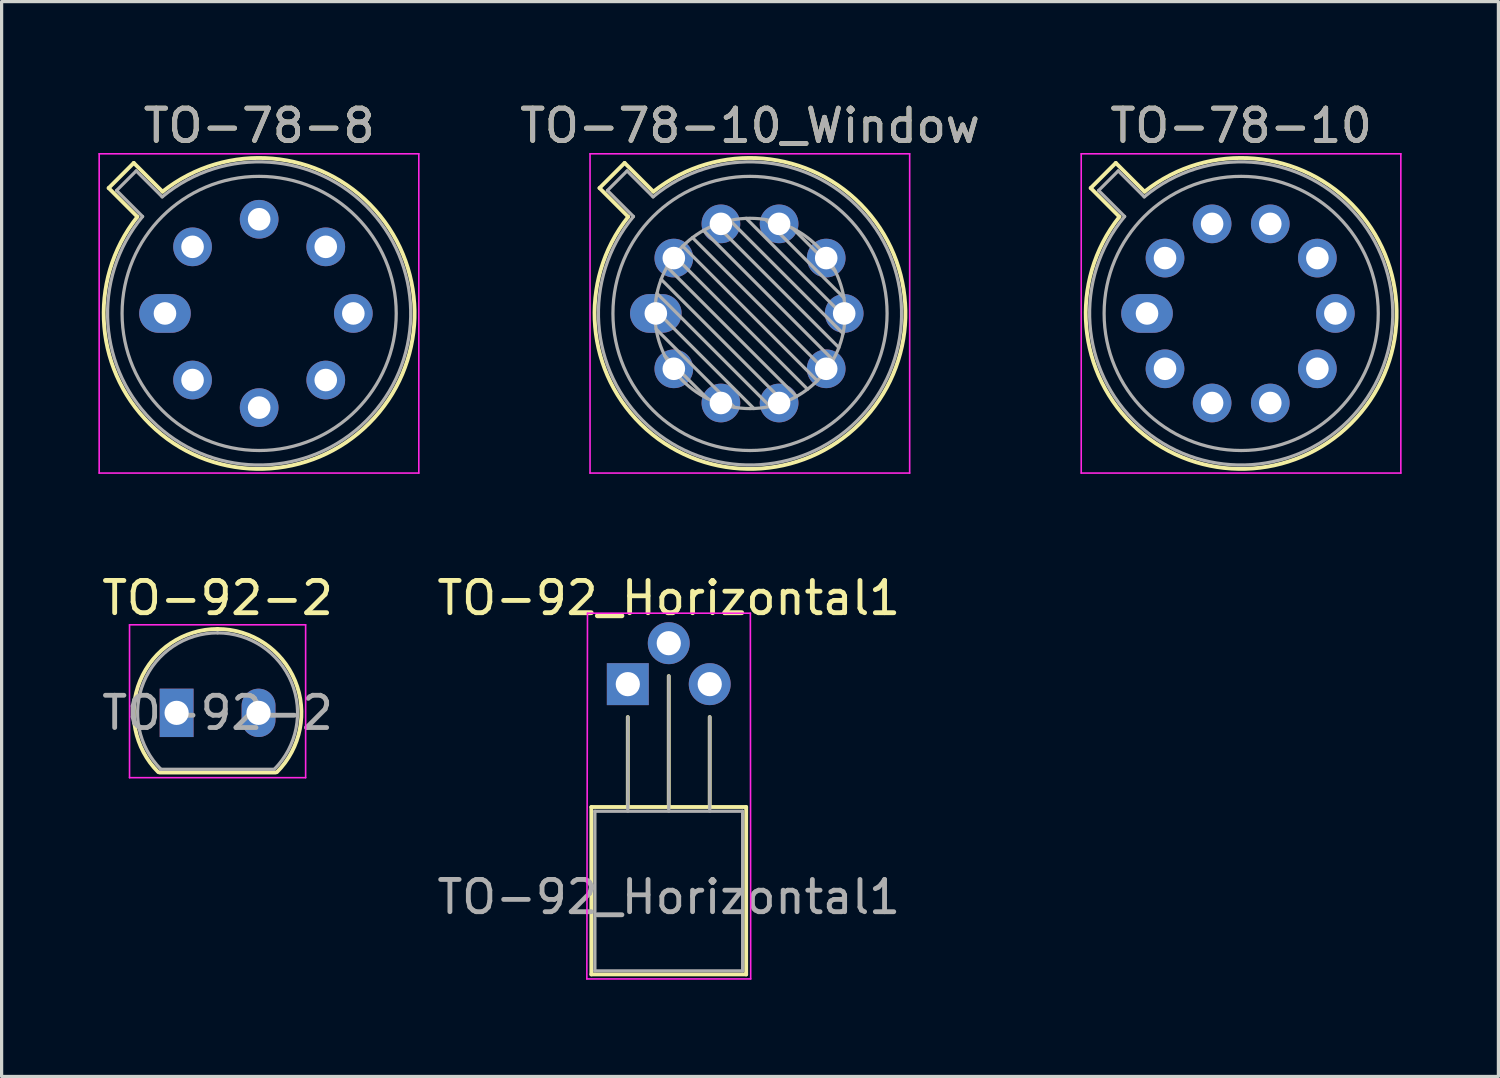
<source format=kicad_pcb>
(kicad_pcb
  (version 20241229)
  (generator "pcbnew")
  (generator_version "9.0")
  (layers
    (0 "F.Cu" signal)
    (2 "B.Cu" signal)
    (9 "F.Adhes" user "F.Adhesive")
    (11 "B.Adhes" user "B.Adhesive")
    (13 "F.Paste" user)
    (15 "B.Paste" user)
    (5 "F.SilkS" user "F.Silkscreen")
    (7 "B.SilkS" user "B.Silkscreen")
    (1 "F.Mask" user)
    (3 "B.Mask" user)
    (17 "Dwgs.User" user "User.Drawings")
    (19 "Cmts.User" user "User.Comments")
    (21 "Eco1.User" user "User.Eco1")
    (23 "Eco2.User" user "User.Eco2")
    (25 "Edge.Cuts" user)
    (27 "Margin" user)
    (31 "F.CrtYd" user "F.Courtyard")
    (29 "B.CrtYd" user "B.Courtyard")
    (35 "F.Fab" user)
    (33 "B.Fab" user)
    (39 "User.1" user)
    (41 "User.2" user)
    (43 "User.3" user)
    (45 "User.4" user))
  (footprint "TO-78-8"
    (layer "F.Cu")
    (at 2.065 6.668)
    (property "Reference" "TO-78-8" (at 2.92 -5.82 0) (layer "F.SilkS") (effects (font (size 1 1) (thickness 0.15))))
    (attr through_hole)
    (fp_line (start -1.746 -3.888) (end -0.855 -2.997) (stroke (width 0.12) (type solid)) (layer "F.SilkS"))
    (fp_line (start -0.968 -4.666) (end -1.746 -3.888) (stroke (width 0.12) (type solid)) (layer "F.SilkS"))
    (fp_line (start -0.077 -3.775) (end -0.968 -4.666) (stroke (width 0.12) (type solid)) (layer "F.SilkS"))
    (fp_arc (start -0.077084 -3.774902) (mid 6.328125 3.408384) (end -0.854674 -2.997371) (stroke (width 0.12) (type solid)) (layer "F.SilkS"))
    (fp_line (start -2.04 -4.95) (end -2.04 4.95) (stroke (width 0.05) (type solid)) (layer "F.CrtYd"))
    (fp_line (start -2.04 4.95) (end 7.87 4.95) (stroke (width 0.05) (type solid)) (layer "F.CrtYd"))
    (fp_line (start 7.87 -4.95) (end -2.04 -4.95) (stroke (width 0.05) (type solid)) (layer "F.CrtYd"))
    (fp_line (start 7.87 4.95) (end 7.87 -4.95) (stroke (width 0.05) (type solid)) (layer "F.CrtYd"))
    (fp_line (start -1.5 -3.812) (end -0.694 -3.005) (stroke (width 0.1) (type solid)) (layer "F.Fab"))
    (fp_line (start -0.892 -4.42) (end -1.5 -3.812) (stroke (width 0.1) (type solid)) (layer "F.Fab"))
    (fp_line (start -0.085 -3.614) (end -0.892 -4.42) (stroke (width 0.1) (type solid)) (layer "F.Fab"))
    (fp_arc (start -0.085408 -3.61352) (mid 6.243443 3.323361) (end -0.693594 -3.005319) (stroke (width 0.1) (type solid)) (layer "F.Fab"))
    (fp_circle (center 2.92 0) (end 7.17 0) (stroke (width 0.1) (type solid)) (fill no) (layer "F.Fab"))
    (fp_text user "${REFERENCE}" (at 2.92 -5.82 0) (layer "F.Fab") (effects (font (size 1 1) (thickness 0.15))))
    (pad "1" thru_hole oval (at 0 0) (size 1.6 1.2) (drill 0.7) (layers "*.Cu" "*.Mask"))
    (pad "2" thru_hole oval (at 0.855 2.065) (size 1.2 1.2) (drill 0.7) (layers "*.Cu" "*.Mask"))
    (pad "3" thru_hole oval (at 2.92 2.92) (size 1.2 1.2) (drill 0.7) (layers "*.Cu" "*.Mask"))
    (pad "4" thru_hole oval (at 4.985 2.065) (size 1.2 1.2) (drill 0.7) (layers "*.Cu" "*.Mask"))
    (pad "5" thru_hole oval (at 5.84 0) (size 1.2 1.2) (drill 0.7) (layers "*.Cu" "*.Mask"))
    (pad "6" thru_hole oval (at 4.985 -2.065) (size 1.2 1.2) (drill 0.7) (layers "*.Cu" "*.Mask"))
    (pad "7" thru_hole oval (at 2.92 -2.92) (size 1.2 1.2) (drill 0.7) (layers "*.Cu" "*.Mask"))
    (pad "8" thru_hole oval (at 0.855 -2.065) (size 1.2 1.2) (drill 0.7) (layers "*.Cu" "*.Mask")))
  (footprint "TO-92-2"
    (layer "F.Cu")
    (at 2.426 19.052)
    (property "Reference" "TO-92-2" (at 1.27 -3.56 0) (layer "F.SilkS") (effects (font (size 1 1) (thickness 0.15))))
    (attr through_hole)
    (fp_line (start -0.53 1.85) (end 3.07 1.85) (stroke (width 0.12) (type solid)) (layer "F.SilkS"))
    (fp_arc (start -0.568478 1.838478) (mid -1.132087 -0.994977) (end 1.27 -2.6) (stroke (width 0.12) (type solid)) (layer "F.SilkS"))
    (fp_arc (start 1.27 -2.6) (mid 3.672087 -0.994977) (end 3.108478 1.838478) (stroke (width 0.12) (type solid)) (layer "F.SilkS"))
    (fp_line (start -1.46 -2.73) (end -1.46 2.01) (stroke (width 0.05) (type solid)) (layer "F.CrtYd"))
    (fp_line (start -1.46 -2.73) (end 4 -2.73) (stroke (width 0.05) (type solid)) (layer "F.CrtYd"))
    (fp_line (start 4 2.01) (end -1.46 2.01) (stroke (width 0.05) (type solid)) (layer "F.CrtYd"))
    (fp_line (start 4 2.01) (end 4 -2.73) (stroke (width 0.05) (type solid)) (layer "F.CrtYd"))
    (fp_line (start -0.5 1.75) (end 3 1.75) (stroke (width 0.1) (type solid)) (layer "F.Fab"))
    (fp_arc (start -0.483625 1.753625) (mid -1.021221 -0.949055) (end 1.27 -2.48) (stroke (width 0.1) (type solid)) (layer "F.Fab"))
    (fp_arc (start 1.27 -2.48) (mid 3.561221 -0.949055) (end 3.023625 1.753625) (stroke (width 0.1) (type solid)) (layer "F.Fab"))
    (fp_text user "${REFERENCE}" (at 1.27 0 0) (layer "F.Fab") (effects (font (size 1 1) (thickness 0.15))))
    (pad "1" thru_hole rect (at 0 0) (size 1.05 1.5) (drill 0.75) (layers "*.Cu" "*.Mask"))
    (pad "2" thru_hole oval (at 2.54 0) (size 1.05 1.5) (drill 0.75) (layers "*.Cu" "*.Mask")))
  (footprint "TO-92_Horizontal1"
    (layer "F.Cu")
    (at 16.415 18.162)
    (property "Reference" "TO-92_Horizontal1" (at 1.27 -2.67 0) (layer "F.SilkS") (effects (font (size 1 1) (thickness 0.15))))
    (attr through_hole)
    (fp_line (start -1.13 3.81) (end 3.67 3.81) (stroke (width 0.12) (type solid)) (layer "F.SilkS"))
    (fp_line (start -1.13 9) (end -1.13 3.81) (stroke (width 0.12) (type solid)) (layer "F.SilkS"))
    (fp_line (start 0 1.02) (end 0 3.81) (stroke (width 0.12) (type solid)) (layer "F.SilkS"))
    (fp_line (start 1.27 -0.25) (end 1.27 3.81) (stroke (width 0.12) (type solid)) (layer "F.SilkS"))
    (fp_line (start 2.54 1.02) (end 2.54 3.81) (stroke (width 0.12) (type solid)) (layer "F.SilkS"))
    (fp_line (start 3.67 3.81) (end 3.67 9) (stroke (width 0.12) (type solid)) (layer "F.SilkS"))
    (fp_line (start 3.67 9) (end -1.13 9) (stroke (width 0.12) (type solid)) (layer "F.SilkS"))
    (fp_line (start -1.25 -2.2) (end -1.27 9.14) (stroke (width 0.05) (type solid)) (layer "F.CrtYd"))
    (fp_line (start -1.25 -2.2) (end 3.8 -2.2) (stroke (width 0.05) (type solid)) (layer "F.CrtYd"))
    (fp_line (start 3.81 9.14) (end -1.27 9.14) (stroke (width 0.05) (type solid)) (layer "F.CrtYd"))
    (fp_line (start 3.81 9.14) (end 3.8 -2.2) (stroke (width 0.05) (type solid)) (layer "F.CrtYd"))
    (fp_line (start -1.02 3.94) (end 3.56 3.94) (stroke (width 0.1) (type solid)) (layer "F.Fab"))
    (fp_line (start -1.02 8.89) (end -1.02 3.94) (stroke (width 0.1) (type solid)) (layer "F.Fab"))
    (fp_line (start 0 3.94) (end 0 1.02) (stroke (width 0.1) (type solid)) (layer "F.Fab"))
    (fp_line (start 1.27 3.94) (end 1.27 -0.25) (stroke (width 0.1) (type solid)) (layer "F.Fab"))
    (fp_line (start 2.54 3.94) (end 2.54 1.02) (stroke (width 0.1) (type solid)) (layer "F.Fab"))
    (fp_line (start 3.56 3.94) (end 3.56 8.89) (stroke (width 0.1) (type solid)) (layer "F.Fab"))
    (fp_line (start 3.56 8.89) (end -1.02 8.89) (stroke (width 0.1) (type solid)) (layer "F.Fab"))
    (fp_text user "${REFERENCE}" (at 1.27 6.6 0) (layer "F.Fab") (effects (font (size 1 1) (thickness 0.15))))
    (pad "1" thru_hole rect (at 0 0 90) (size 1.3 1.3) (drill 0.75) (layers "*.Cu" "*.Mask"))
    (pad "2" thru_hole circle (at 1.27 -1.27 90) (size 1.3 1.3) (drill 0.75) (layers "*.Cu" "*.Mask"))
    (pad "3" thru_hole circle (at 2.54 0 90) (size 1.3 1.3) (drill 0.75) (layers "*.Cu" "*.Mask")))
  (footprint "TO-78-10"
    (layer "F.Cu")
    (at 32.513 6.668)
    (property "Reference" "TO-78-10" (at 2.92 -5.82 0) (layer "F.SilkS") (effects (font (size 1 1) (thickness 0.15))))
    (attr through_hole)
    (fp_line (start -1.746 -3.888) (end -0.855 -2.997) (stroke (width 0.12) (type solid)) (layer "F.SilkS"))
    (fp_line (start -0.968 -4.666) (end -1.746 -3.888) (stroke (width 0.12) (type solid)) (layer "F.SilkS"))
    (fp_line (start -0.077 -3.775) (end -0.968 -4.666) (stroke (width 0.12) (type solid)) (layer "F.SilkS"))
    (fp_arc (start -0.077084 -3.774902) (mid 6.328125 3.408384) (end -0.854674 -2.997371) (stroke (width 0.12) (type solid)) (layer "F.SilkS"))
    (fp_line (start -2.04 -4.95) (end -2.04 4.95) (stroke (width 0.05) (type solid)) (layer "F.CrtYd"))
    (fp_line (start -2.04 4.95) (end 7.87 4.95) (stroke (width 0.05) (type solid)) (layer "F.CrtYd"))
    (fp_line (start 7.87 -4.95) (end -2.04 -4.95) (stroke (width 0.05) (type solid)) (layer "F.CrtYd"))
    (fp_line (start 7.87 4.95) (end 7.87 -4.95) (stroke (width 0.05) (type solid)) (layer "F.CrtYd"))
    (fp_line (start -1.5 -3.812) (end -0.694 -3.005) (stroke (width 0.1) (type solid)) (layer "F.Fab"))
    (fp_line (start -0.892 -4.42) (end -1.5 -3.812) (stroke (width 0.1) (type solid)) (layer "F.Fab"))
    (fp_line (start -0.085 -3.614) (end -0.892 -4.42) (stroke (width 0.1) (type solid)) (layer "F.Fab"))
    (fp_arc (start -0.085408 -3.61352) (mid 6.243443 3.323361) (end -0.693594 -3.005319) (stroke (width 0.1) (type solid)) (layer "F.Fab"))
    (fp_circle (center 2.92 0) (end 7.17 0) (stroke (width 0.1) (type solid)) (fill no) (layer "F.Fab"))
    (fp_text user "${REFERENCE}" (at 2.92 -5.82 0) (layer "F.Fab") (effects (font (size 1 1) (thickness 0.15))))
    (pad "1" thru_hole oval (at 0 0) (size 1.6 1.2) (drill 0.7) (layers "*.Cu" "*.Mask"))
    (pad "2" thru_hole oval (at 0.558 1.716) (size 1.2 1.2) (drill 0.7) (layers "*.Cu" "*.Mask"))
    (pad "3" thru_hole oval (at 2.018 2.777) (size 1.2 1.2) (drill 0.7) (layers "*.Cu" "*.Mask"))
    (pad "4" thru_hole oval (at 3.822 2.777) (size 1.2 1.2) (drill 0.7) (layers "*.Cu" "*.Mask"))
    (pad "5" thru_hole oval (at 5.282 1.716) (size 1.2 1.2) (drill 0.7) (layers "*.Cu" "*.Mask"))
    (pad "6" thru_hole oval (at 5.84 0) (size 1.2 1.2) (drill 0.7) (layers "*.Cu" "*.Mask"))
    (pad "7" thru_hole oval (at 5.282 -1.716) (size 1.2 1.2) (drill 0.7) (layers "*.Cu" "*.Mask"))
    (pad "8" thru_hole oval (at 3.822 -2.777) (size 1.2 1.2) (drill 0.7) (layers "*.Cu" "*.Mask"))
    (pad "9" thru_hole oval (at 2.018 -2.777) (size 1.2 1.2) (drill 0.7) (layers "*.Cu" "*.Mask"))
    (pad "10" thru_hole oval (at 0.558 -1.716) (size 1.2 1.2) (drill 0.7) (layers "*.Cu" "*.Mask")))
  (footprint "TO-78-10_Window"
    (layer "F.Cu")
    (at 17.284 6.668)
    (property "Reference" "TO-78-10_Window" (at 2.92 -5.82 0) (layer "F.SilkS") (effects (font (size 1 1) (thickness 0.15))))
    (attr through_hole)
    (fp_line (start -1.746 -3.888) (end -0.855 -2.997) (stroke (width 0.12) (type solid)) (layer "F.SilkS"))
    (fp_line (start -0.968 -4.666) (end -1.746 -3.888) (stroke (width 0.12) (type solid)) (layer "F.SilkS"))
    (fp_line (start -0.077 -3.775) (end -0.968 -4.666) (stroke (width 0.12) (type solid)) (layer "F.SilkS"))
    (fp_arc (start -0.077084 -3.774902) (mid 6.328125 3.408384) (end -0.854674 -2.997371) (stroke (width 0.12) (type solid)) (layer "F.SilkS"))
    (fp_line (start -2.04 -4.95) (end -2.04 4.95) (stroke (width 0.05) (type solid)) (layer "F.CrtYd"))
    (fp_line (start -2.04 4.95) (end 7.87 4.95) (stroke (width 0.05) (type solid)) (layer "F.CrtYd"))
    (fp_line (start 7.87 -4.95) (end -2.04 -4.95) (stroke (width 0.05) (type solid)) (layer "F.CrtYd"))
    (fp_line (start 7.87 4.95) (end 7.87 -4.95) (stroke (width 0.05) (type solid)) (layer "F.CrtYd"))
    (fp_line (start -1.5 -3.812) (end -0.694 -3.005) (stroke (width 0.1) (type solid)) (layer "F.Fab"))
    (fp_line (start -0.892 -4.42) (end -1.5 -3.812) (stroke (width 0.1) (type solid)) (layer "F.Fab"))
    (fp_line (start -0.085 -3.614) (end -0.892 -4.42) (stroke (width 0.1) (type solid)) (layer "F.Fab"))
    (fp_line (start -0.028 -0.12) (end 3.04 2.948) (stroke (width 0.1) (type solid)) (layer "F.Fab"))
    (fp_line (start 0.009 0.485) (end 2.435 2.911) (stroke (width 0.1) (type solid)) (layer "F.Fab"))
    (fp_line (start 0.036 -0.622) (end 3.542 2.884) (stroke (width 0.1) (type solid)) (layer "F.Fab"))
    (fp_line (start 0.165 -1.058) (end 3.978 2.755) (stroke (width 0.1) (type solid)) (layer "F.Fab"))
    (fp_line (start 0.283 1.324) (end 1.596 2.637) (stroke (width 0.1) (type solid)) (layer "F.Fab"))
    (fp_line (start 0.346 -1.443) (end 4.363 2.574) (stroke (width 0.1) (type solid)) (layer "F.Fab"))
    (fp_line (start 0.57 -1.784) (end 4.704 2.35) (stroke (width 0.1) (type solid)) (layer "F.Fab"))
    (fp_line (start 0.834 -2.086) (end 5.006 2.086) (stroke (width 0.1) (type solid)) (layer "F.Fab"))
    (fp_line (start 1.136 -2.35) (end 5.27 1.784) (stroke (width 0.1) (type solid)) (layer "F.Fab"))
    (fp_line (start 1.477 -2.574) (end 5.494 1.443) (stroke (width 0.1) (type solid)) (layer "F.Fab"))
    (fp_line (start 1.862 -2.755) (end 5.675 1.058) (stroke (width 0.1) (type solid)) (layer "F.Fab"))
    (fp_line (start 2.298 -2.884) (end 5.804 0.622) (stroke (width 0.1) (type solid)) (layer "F.Fab"))
    (fp_line (start 2.8 -2.948) (end 5.868 0.12) (stroke (width 0.1) (type solid)) (layer "F.Fab"))
    (fp_line (start 3.405 -2.911) (end 5.831 -0.485) (stroke (width 0.1) (type solid)) (layer "F.Fab"))
    (fp_line (start 4.244 -2.637) (end 5.557 -1.324) (stroke (width 0.1) (type solid)) (layer "F.Fab"))
    (fp_arc (start -0.085408 -3.61352) (mid 6.243443 3.323361) (end -0.693594 -3.005319) (stroke (width 0.1) (type solid)) (layer "F.Fab"))
    (fp_circle (center 2.92 0) (end 5.87 0) (stroke (width 0.1) (type solid)) (fill no) (layer "F.Fab"))
    (fp_circle (center 2.92 0) (end 7.17 0) (stroke (width 0.1) (type solid)) (fill no) (layer "F.Fab"))
    (fp_text user "${REFERENCE}" (at 2.92 -5.82 0) (layer "F.Fab") (effects (font (size 1 1) (thickness 0.15))))
    (pad "1" thru_hole oval (at 0 0) (size 1.6 1.2) (drill 0.7) (layers "*.Cu" "*.Mask"))
    (pad "2" thru_hole oval (at 0.558 1.716) (size 1.2 1.2) (drill 0.7) (layers "*.Cu" "*.Mask"))
    (pad "3" thru_hole oval (at 2.018 2.777) (size 1.2 1.2) (drill 0.7) (layers "*.Cu" "*.Mask"))
    (pad "4" thru_hole oval (at 3.822 2.777) (size 1.2 1.2) (drill 0.7) (layers "*.Cu" "*.Mask"))
    (pad "5" thru_hole oval (at 5.282 1.716) (size 1.2 1.2) (drill 0.7) (layers "*.Cu" "*.Mask"))
    (pad "6" thru_hole oval (at 5.84 0) (size 1.2 1.2) (drill 0.7) (layers "*.Cu" "*.Mask"))
    (pad "7" thru_hole oval (at 5.282 -1.716) (size 1.2 1.2) (drill 0.7) (layers "*.Cu" "*.Mask"))
    (pad "8" thru_hole oval (at 3.822 -2.777) (size 1.2 1.2) (drill 0.7) (layers "*.Cu" "*.Mask"))
    (pad "9" thru_hole oval (at 2.018 -2.777) (size 1.2 1.2) (drill 0.7) (layers "*.Cu" "*.Mask"))
    (pad "10" thru_hole oval (at 0.558 -1.716) (size 1.2 1.2) (drill 0.7) (layers "*.Cu" "*.Mask")))
  (gr_rect
    (start -3 -3)
    (end 43.408 30.326)
    (stroke (width 0.1) (type default))
    (fill no)
    (layer "Edge.Cuts")))
</source>
